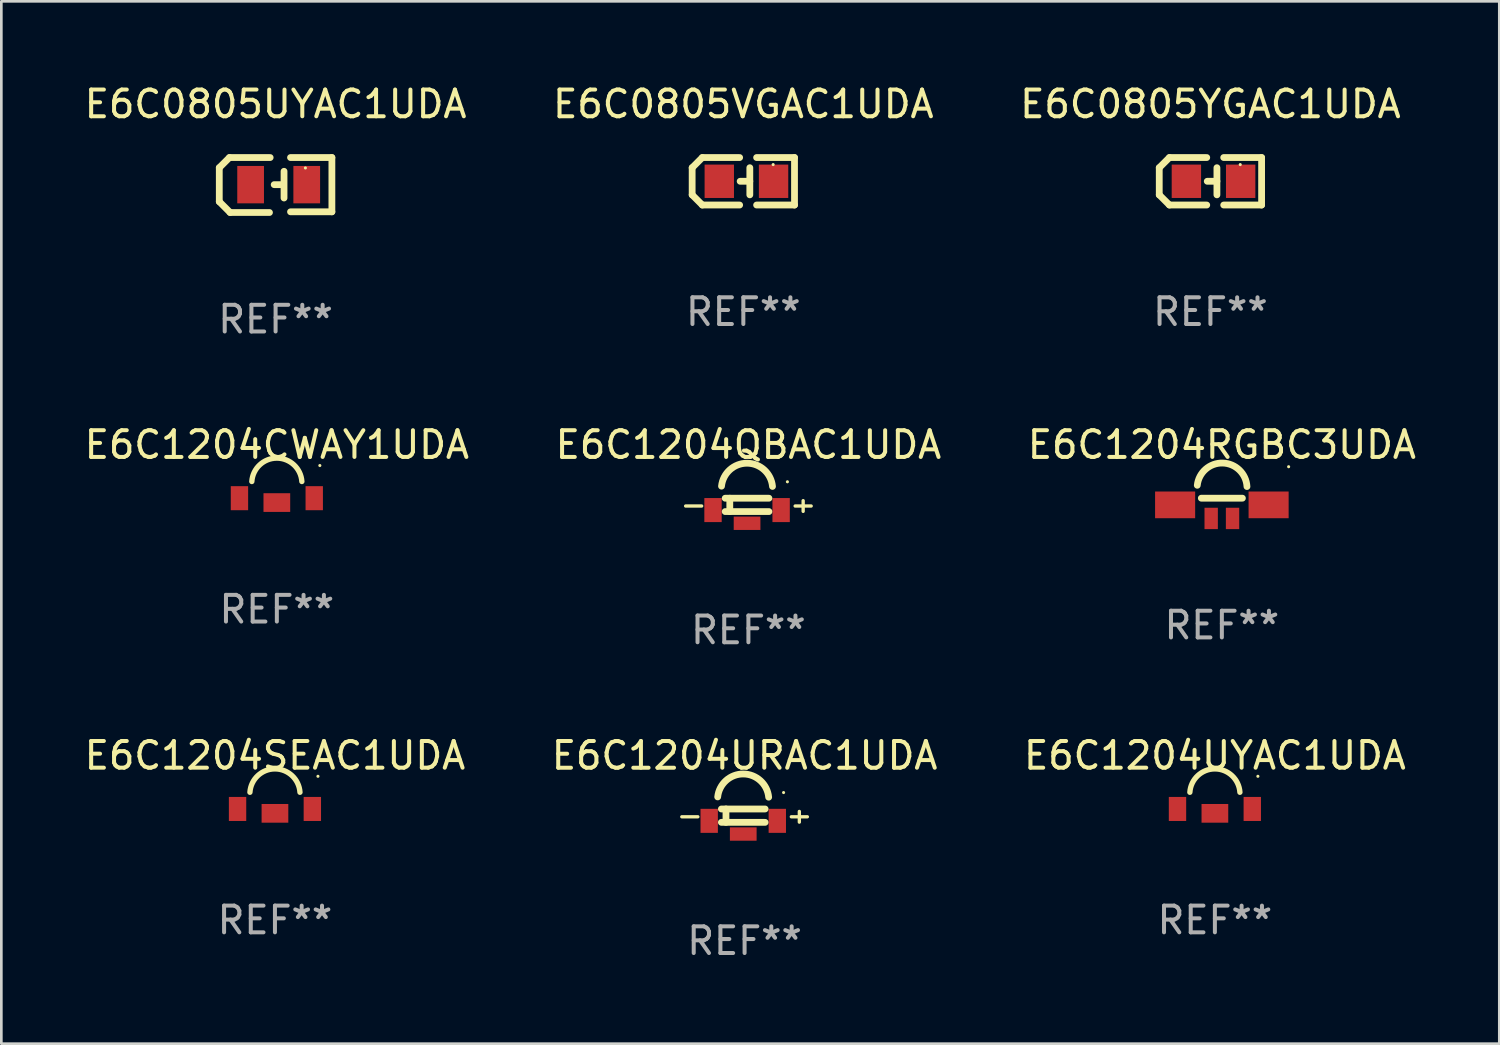
<source format=kicad_pcb>
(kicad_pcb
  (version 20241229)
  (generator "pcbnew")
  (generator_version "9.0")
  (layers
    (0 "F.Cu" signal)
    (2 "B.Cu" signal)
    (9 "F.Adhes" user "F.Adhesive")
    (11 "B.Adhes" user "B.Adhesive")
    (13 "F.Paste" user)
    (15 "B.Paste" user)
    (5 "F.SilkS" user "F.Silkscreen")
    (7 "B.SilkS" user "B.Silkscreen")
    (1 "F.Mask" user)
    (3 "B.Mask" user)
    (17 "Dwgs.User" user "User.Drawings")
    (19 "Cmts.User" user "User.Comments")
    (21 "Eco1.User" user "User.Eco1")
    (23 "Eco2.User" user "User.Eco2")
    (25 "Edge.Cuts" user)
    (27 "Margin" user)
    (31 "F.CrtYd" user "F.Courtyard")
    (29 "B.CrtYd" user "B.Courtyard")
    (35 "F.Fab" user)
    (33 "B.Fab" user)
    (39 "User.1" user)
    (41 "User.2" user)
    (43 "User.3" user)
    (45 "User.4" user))
  (footprint "E6C0805VGAC1UDA"
    (layer "F.Cu")
    (at 24.78 3.737)
    (property "Reference" "E6C0805VGAC1UDA" (at 0 -2.889 0) (layer "F.SilkS") (effects (font (size 1 1) (thickness 0.15))))
    (attr through_hole)
    (fp_line (start -1.916 -0.508) (end -1.535 -0.889) (stroke (width 0.254) (type solid)) (layer "F.SilkS"))
    (fp_line (start -1.916 0.508) (end -1.916 -0.508) (stroke (width 0.254) (type solid)) (layer "F.SilkS"))
    (fp_line (start -1.535 0.889) (end -1.916 0.508) (stroke (width 0.254) (type solid)) (layer "F.SilkS"))
    (fp_line (start -0.138 -0.889) (end -1.535 -0.889) (stroke (width 0.254) (type solid)) (layer "F.SilkS"))
    (fp_line (start -0.138 0.889) (end -1.535 0.889) (stroke (width 0.254) (type solid)) (layer "F.SilkS"))
    (fp_line (start 0.243 -0.001) (end -0.119 -0.000051) (stroke (width 0.254) (type solid)) (layer "F.SilkS"))
    (fp_line (start 0.243 0.508) (end 0.243 -0.508) (stroke (width 0.254) (type solid)) (layer "F.SilkS"))
    (fp_line (start 0.497 -0.889) (end 1.916 -0.889) (stroke (width 0.254) (type solid)) (layer "F.SilkS"))
    (fp_line (start 1.916 -0.889) (end 1.916 0.889) (stroke (width 0.254) (type solid)) (layer "F.SilkS"))
    (fp_line (start 1.916 0.889) (end 0.497 0.889) (stroke (width 0.254) (type solid)) (layer "F.SilkS"))
    (fp_circle (center 1.116 -0.625) (end 1.146 -0.625) (stroke (width 0.06) (type solid)) (fill no) (layer "F.SilkS"))
    (fp_text user "REF**" (at 0 4.889 0) (layer "F.Fab") (effects (font (size 1 1) (thickness 0.15))))
    (pad "1" smd rect (at 1.132 0) (size 1.1 1.25) (layers "F.Cu" "F.Mask" "F.Paste"))
    (pad "2" smd rect (at -0.9 0) (size 1.1 1.25) (layers "F.Cu" "F.Mask" "F.Paste")))
  (footprint "E6C1204CWAY1UDA"
    (layer "F.Cu")
    (at 7.315 15.684)
    (property "Reference" "E6C1204CWAY1UDA" (at 0 -2.082 0) (layer "F.SilkS") (effects (font (size 1 1) (thickness 0.15))))
    (attr through_hole)
    (fp_arc (start -0.936754 -0.706706) (mid -0.000013 -1.582322) (end 0.936728 -0.706706) (stroke (width 0.2) (type solid)) (layer "F.SilkS"))
    (fp_circle (center 1.61 -1.305) (end 1.64 -1.305) (stroke (width 0.06) (type solid)) (fill no) (layer "F.SilkS"))
    (fp_text user "REF**" (at 0 4.082 0) (layer "F.Fab") (effects (font (size 1 1) (thickness 0.15))))
    (pad "1" smd rect (at 1.4 -0.082 180) (size 0.65 0.9) (layers "F.Cu" "F.Mask" "F.Paste"))
    (pad "2" smd rect (at -1.4 -0.082 180) (size 0.65 0.9) (layers "F.Cu" "F.Mask" "F.Paste"))
    (pad "3" smd rect (at 0 0.082 180) (size 1 0.7) (layers "F.Cu" "F.Mask" "F.Paste")))
  (footprint "E6C1204SEAC1UDA"
    (layer "F.Cu")
    (at 7.244 27.319)
    (property "Reference" "E6C1204SEAC1UDA" (at 0 -2.082 0) (layer "F.SilkS") (effects (font (size 1 1) (thickness 0.15))))
    (attr through_hole)
    (fp_arc (start -0.936754 -0.706706) (mid -0.000013 -1.582322) (end 0.936728 -0.706706) (stroke (width 0.2) (type solid)) (layer "F.SilkS"))
    (fp_circle (center 1.61 -1.305) (end 1.64 -1.305) (stroke (width 0.06) (type solid)) (fill no) (layer "F.SilkS"))
    (fp_text user "REF**" (at 0 4.082 0) (layer "F.Fab") (effects (font (size 1 1) (thickness 0.15))))
    (pad "1" smd rect (at 1.4 -0.082 180) (size 0.65 0.9) (layers "F.Cu" "F.Mask" "F.Paste"))
    (pad "2" smd rect (at -1.4 -0.082 180) (size 0.65 0.9) (layers "F.Cu" "F.Mask" "F.Paste"))
    (pad "3" smd rect (at 0 0.082 180) (size 1 0.7) (layers "F.Cu" "F.Mask" "F.Paste")))
  (footprint "E6C1204URAC1UDA"
    (layer "F.Cu")
    (at 24.827 27.707)
    (property "Reference" "E6C1204URAC1UDA" (at 0 -2.469 0) (layer "F.SilkS") (effects (font (size 1 1) (thickness 0.15))))
    (attr through_hole)
    (fp_line (start -2.35 -0.177) (end -1.75 -0.177) (stroke (width 0.125) (type solid)) (layer "F.SilkS"))
    (fp_line (start -0.869 0.031) (end 0.769 0.031) (stroke (width 0.254) (type solid)) (layer "F.SilkS"))
    (fp_line (start -0.697 -0.469) (end -0.697 0.031) (stroke (width 0.254) (type solid)) (layer "F.SilkS"))
    (fp_line (start 0.769 -0.469) (end -0.869 -0.469) (stroke (width 0.254) (type solid)) (layer "F.SilkS"))
    (fp_line (start 1.75 -0.177) (end 2.35 -0.177) (stroke (width 0.125) (type solid)) (layer "F.SilkS"))
    (fp_line (start 2.05 -0.377) (end 2.05 0.023) (stroke (width 0.125) (type solid)) (layer "F.SilkS"))
    (fp_arc (start -1.006641 -0.920448) (mid -0.048053 -1.77963) (end 0.901562 -0.910541) (stroke (width 0.254001) (type solid)) (layer "F.SilkS"))
    (fp_circle (center 1.46 -1.084) (end 1.49 -1.084) (stroke (width 0.06) (type solid)) (fill no) (layer "F.SilkS"))
    (fp_text user "REF**" (at 0 4.469 0) (layer "F.Fab") (effects (font (size 1 1) (thickness 0.15))))
    (pad "1" smd rect (at 1.225 -0.025) (size 0.65 0.9) (layers "F.Cu" "F.Mask" "F.Paste"))
    (pad "2" smd rect (at -1.325 -0.025) (size 0.65 0.9) (layers "F.Cu" "F.Mask" "F.Paste"))
    (pad "3" smd rect (at -0.05 0.469) (size 1 0.5) (layers "F.Cu" "F.Mask" "F.Paste")))
  (footprint "E6C0805UYAC1UDA"
    (layer "F.Cu")
    (at 7.268 3.877)
    (property "Reference" "E6C0805UYAC1UDA" (at 0 -3.029 0) (layer "F.SilkS") (effects (font (size 1 1) (thickness 0.15))))
    (attr through_hole)
    (fp_line (start -2.108 -0.648) (end -1.727 -1.029) (stroke (width 0.254) (type solid)) (layer "F.SilkS"))
    (fp_line (start -2.108 0.622) (end -2.108 -0.648) (stroke (width 0.254) (type solid)) (layer "F.SilkS"))
    (fp_line (start -1.727 -1.029) (end -0.203 -1.029) (stroke (width 0.254) (type solid)) (layer "F.SilkS"))
    (fp_line (start -1.702 1.029) (end -2.108 0.622) (stroke (width 0.254) (type solid)) (layer "F.SilkS"))
    (fp_line (start -0.229 1.029) (end -1.702 1.029) (stroke (width 0.254) (type solid)) (layer "F.SilkS"))
    (fp_line (start 0.216 -0.014) (end -0.053 -0.014) (stroke (width 0.254) (type solid)) (layer "F.SilkS"))
    (fp_line (start 0.316 -0.514) (end 0.316 0.486) (stroke (width 0.254) (type solid)) (layer "F.SilkS"))
    (fp_line (start 0.559 1.003) (end 2.108 1.003) (stroke (width 0.254) (type solid)) (layer "F.SilkS"))
    (fp_line (start 2.108 -1.029) (end 0.559 -1.029) (stroke (width 0.254) (type solid)) (layer "F.SilkS"))
    (fp_line (start 2.108 1.003) (end 2.108 -1.029) (stroke (width 0.254) (type solid)) (layer "F.SilkS"))
    (fp_circle (center 1.116 -0.639) (end 1.146 -0.639) (stroke (width 0.06) (type solid)) (fill no) (layer "F.SilkS"))
    (fp_text user "REF**" (at 0 5.029 0) (layer "F.Fab") (effects (font (size 1 1) (thickness 0.15))))
    (pad "1" smd rect (at 1.166 -0.014 180) (size 1 1.4) (layers "F.Cu" "F.Mask" "F.Paste"))
    (pad "2" smd rect (at -0.935 -0.014 180) (size 1 1.4) (layers "F.Cu" "F.Mask" "F.Paste")))
  (footprint "E6C1204RGBC3UDA"
    (layer "F.Cu")
    (at 42.696 15.981)
    (property "Reference" "E6C1204RGBC3UDA" (at 0 -2.379 0) (layer "F.SilkS") (effects (font (size 1 1) (thickness 0.15))))
    (attr through_hole)
    (fp_line (start 0.769 -0.379) (end -0.769 -0.379) (stroke (width 0.254) (type solid)) (layer "F.SilkS"))
    (fp_arc (start -0.920143 -0.861862) (mid 0.03153 -1.695778) (end 0.940005 -0.814999) (stroke (width 0.254001) (type solid)) (layer "F.SilkS"))
    (fp_circle (center 2.5 -1.557) (end 2.53 -1.557) (stroke (width 0.06) (type solid)) (fill no) (layer "F.SilkS"))
    (fp_text user "REF**" (at 0 4.379 0) (layer "F.Fab") (effects (font (size 1 1) (thickness 0.15))))
    (pad "1" smd rect (at 1.75 -0.129 90) (size 1 1.5) (layers "F.Cu" "F.Mask" "F.Paste"))
    (pad "2" smd rect (at 0.4 0.379 270) (size 0.8 0.5) (layers "F.Cu" "F.Mask" "F.Paste"))
    (pad "3" smd rect (at -0.4 0.379 270) (size 0.8 0.5) (layers "F.Cu" "F.Mask" "F.Paste"))
    (pad "4" smd rect (at -1.75 -0.129 90) (size 1 1.5) (layers "F.Cu" "F.Mask" "F.Paste")))
  (footprint "E6C1204UYAC1UDA"
    (layer "F.Cu")
    (at 42.435 27.319)
    (property "Reference" "E6C1204UYAC1UDA" (at 0 -2.082 0) (layer "F.SilkS") (effects (font (size 1 1) (thickness 0.15))))
    (attr through_hole)
    (fp_arc (start -0.936754 -0.706706) (mid -0.000013 -1.582322) (end 0.936728 -0.706706) (stroke (width 0.2) (type solid)) (layer "F.SilkS"))
    (fp_circle (center 1.61 -1.305) (end 1.64 -1.305) (stroke (width 0.06) (type solid)) (fill no) (layer "F.SilkS"))
    (fp_text user "REF**" (at 0 4.082 0) (layer "F.Fab") (effects (font (size 1 1) (thickness 0.15))))
    (pad "1" smd rect (at 1.4 -0.082 180) (size 0.65 0.9) (layers "F.Cu" "F.Mask" "F.Paste"))
    (pad "2" smd rect (at -1.4 -0.082 180) (size 0.65 0.9) (layers "F.Cu" "F.Mask" "F.Paste"))
    (pad "3" smd rect (at 0 0.082 180) (size 1 0.7) (layers "F.Cu" "F.Mask" "F.Paste")))
  (footprint "E6C1204QBAC1UDA"
    (layer "F.Cu")
    (at 24.97 16.072)
    (property "Reference" "E6C1204QBAC1UDA" (at 0 -2.469 0) (layer "F.SilkS") (effects (font (size 1 1) (thickness 0.15))))
    (attr through_hole)
    (fp_line (start -2.35 -0.177) (end -1.75 -0.177) (stroke (width 0.125) (type solid)) (layer "F.SilkS"))
    (fp_line (start -0.869 0.031) (end 0.769 0.031) (stroke (width 0.254) (type solid)) (layer "F.SilkS"))
    (fp_line (start -0.697 -0.469) (end -0.697 0.031) (stroke (width 0.254) (type solid)) (layer "F.SilkS"))
    (fp_line (start 0.769 -0.469) (end -0.869 -0.469) (stroke (width 0.254) (type solid)) (layer "F.SilkS"))
    (fp_line (start 1.75 -0.177) (end 2.35 -0.177) (stroke (width 0.125) (type solid)) (layer "F.SilkS"))
    (fp_line (start 2.05 -0.377) (end 2.05 0.023) (stroke (width 0.125) (type solid)) (layer "F.SilkS"))
    (fp_arc (start -1.006641 -0.920448) (mid -0.048053 -1.77963) (end 0.901562 -0.910541) (stroke (width 0.254001) (type solid)) (layer "F.SilkS"))
    (fp_circle (center 1.46 -1.084) (end 1.49 -1.084) (stroke (width 0.06) (type solid)) (fill no) (layer "F.SilkS"))
    (fp_text user "REF**" (at 0 4.469 0) (layer "F.Fab") (effects (font (size 1 1) (thickness 0.15))))
    (pad "1" smd rect (at 1.225 -0.025) (size 0.65 0.9) (layers "F.Cu" "F.Mask" "F.Paste"))
    (pad "2" smd rect (at -1.325 -0.025) (size 0.65 0.9) (layers "F.Cu" "F.Mask" "F.Paste"))
    (pad "3" smd rect (at -0.05 0.469) (size 1 0.5) (layers "F.Cu" "F.Mask" "F.Paste")))
  (footprint "E6C0805YGAC1UDA"
    (layer "F.Cu")
    (at 42.268 3.737)
    (property "Reference" "E6C0805YGAC1UDA" (at 0 -2.889 0) (layer "F.SilkS") (effects (font (size 1 1) (thickness 0.15))))
    (attr through_hole)
    (fp_line (start -1.916 -0.508) (end -1.535 -0.889) (stroke (width 0.254) (type solid)) (layer "F.SilkS"))
    (fp_line (start -1.916 0.508) (end -1.916 -0.508) (stroke (width 0.254) (type solid)) (layer "F.SilkS"))
    (fp_line (start -1.535 0.889) (end -1.916 0.508) (stroke (width 0.254) (type solid)) (layer "F.SilkS"))
    (fp_line (start -0.138 -0.889) (end -1.535 -0.889) (stroke (width 0.254) (type solid)) (layer "F.SilkS"))
    (fp_line (start -0.138 0.889) (end -1.535 0.889) (stroke (width 0.254) (type solid)) (layer "F.SilkS"))
    (fp_line (start 0.243 -0.001) (end -0.119 -0.000051) (stroke (width 0.254) (type solid)) (layer "F.SilkS"))
    (fp_line (start 0.243 0.508) (end 0.243 -0.508) (stroke (width 0.254) (type solid)) (layer "F.SilkS"))
    (fp_line (start 0.497 -0.889) (end 1.916 -0.889) (stroke (width 0.254) (type solid)) (layer "F.SilkS"))
    (fp_line (start 1.916 -0.889) (end 1.916 0.889) (stroke (width 0.254) (type solid)) (layer "F.SilkS"))
    (fp_line (start 1.916 0.889) (end 0.497 0.889) (stroke (width 0.254) (type solid)) (layer "F.SilkS"))
    (fp_circle (center 1.116 -0.625) (end 1.146 -0.625) (stroke (width 0.06) (type solid)) (fill no) (layer "F.SilkS"))
    (fp_text user "REF**" (at 0 4.889 0) (layer "F.Fab") (effects (font (size 1 1) (thickness 0.15))))
    (pad "1" smd rect (at 1.132 0) (size 1.1 1.25) (layers "F.Cu" "F.Mask" "F.Paste"))
    (pad "2" smd rect (at -0.9 0) (size 1.1 1.25) (layers "F.Cu" "F.Mask" "F.Paste")))
  (gr_rect
    (start -3 -3)
    (end 53.083 36.025)
    (stroke (width 0.1) (type default))
    (fill no)
    (layer "Edge.Cuts")))
</source>
